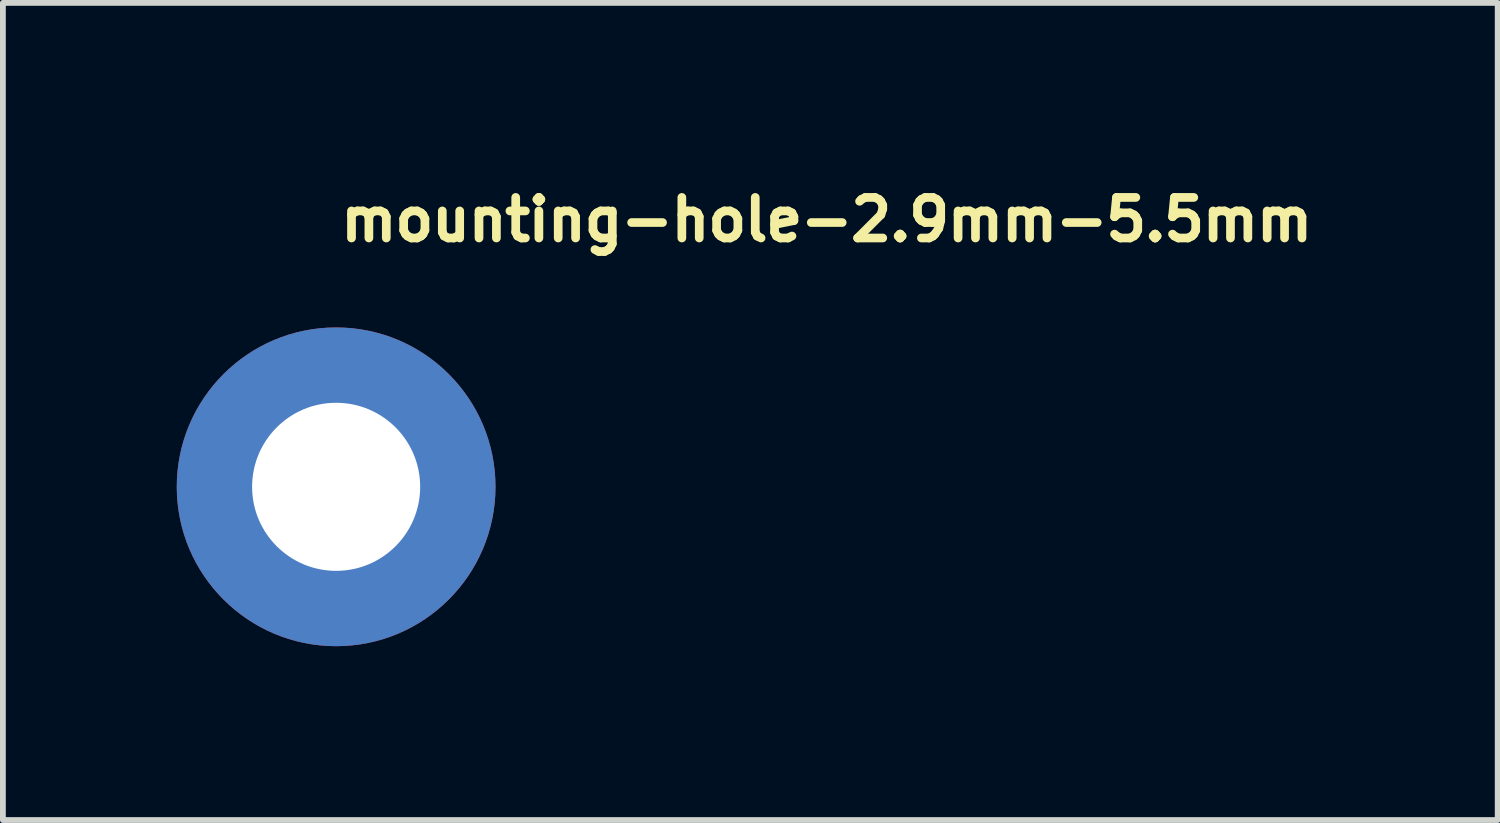
<source format=kicad_pcb>
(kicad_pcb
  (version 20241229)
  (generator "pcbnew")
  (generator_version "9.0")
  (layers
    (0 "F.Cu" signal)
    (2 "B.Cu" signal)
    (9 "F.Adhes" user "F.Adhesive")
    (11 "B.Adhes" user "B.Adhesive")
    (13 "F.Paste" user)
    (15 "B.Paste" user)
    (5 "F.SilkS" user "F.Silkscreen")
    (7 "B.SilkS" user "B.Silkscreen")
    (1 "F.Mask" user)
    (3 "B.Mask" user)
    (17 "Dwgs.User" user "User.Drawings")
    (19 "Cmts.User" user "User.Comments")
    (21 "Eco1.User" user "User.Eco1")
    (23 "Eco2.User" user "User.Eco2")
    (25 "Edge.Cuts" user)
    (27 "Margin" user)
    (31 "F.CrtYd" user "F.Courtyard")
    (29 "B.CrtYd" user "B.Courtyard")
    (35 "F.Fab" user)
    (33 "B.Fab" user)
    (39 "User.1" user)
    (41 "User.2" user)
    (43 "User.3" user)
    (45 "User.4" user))
  (footprint "mounting-hole-2.9mm-5.5mm"
    (layer "F.Cu")
    (at 2.75 5.35)
    (property "Reference" "mounting-hole-2.9mm-5.5mm" (at 0 -4.2 0) (layer "F.SilkS") (effects (font (size 0.7 0.7) (thickness 0.15)) (justify left bottom)))
    (attr exclude_from_pos_files exclude_from_bom)
    (pad "1" thru_hole circle (at 0 0) (size 5.5 5.5) (drill 2.9) (layers "*.Cu" "*.Mask" "F.Paste")))
  (gr_rect
    (start -3 -3)
    (end 22.793 11.1)
    (stroke (width 0.1) (type default))
    (fill no)
    (layer "Edge.Cuts")))
</source>
